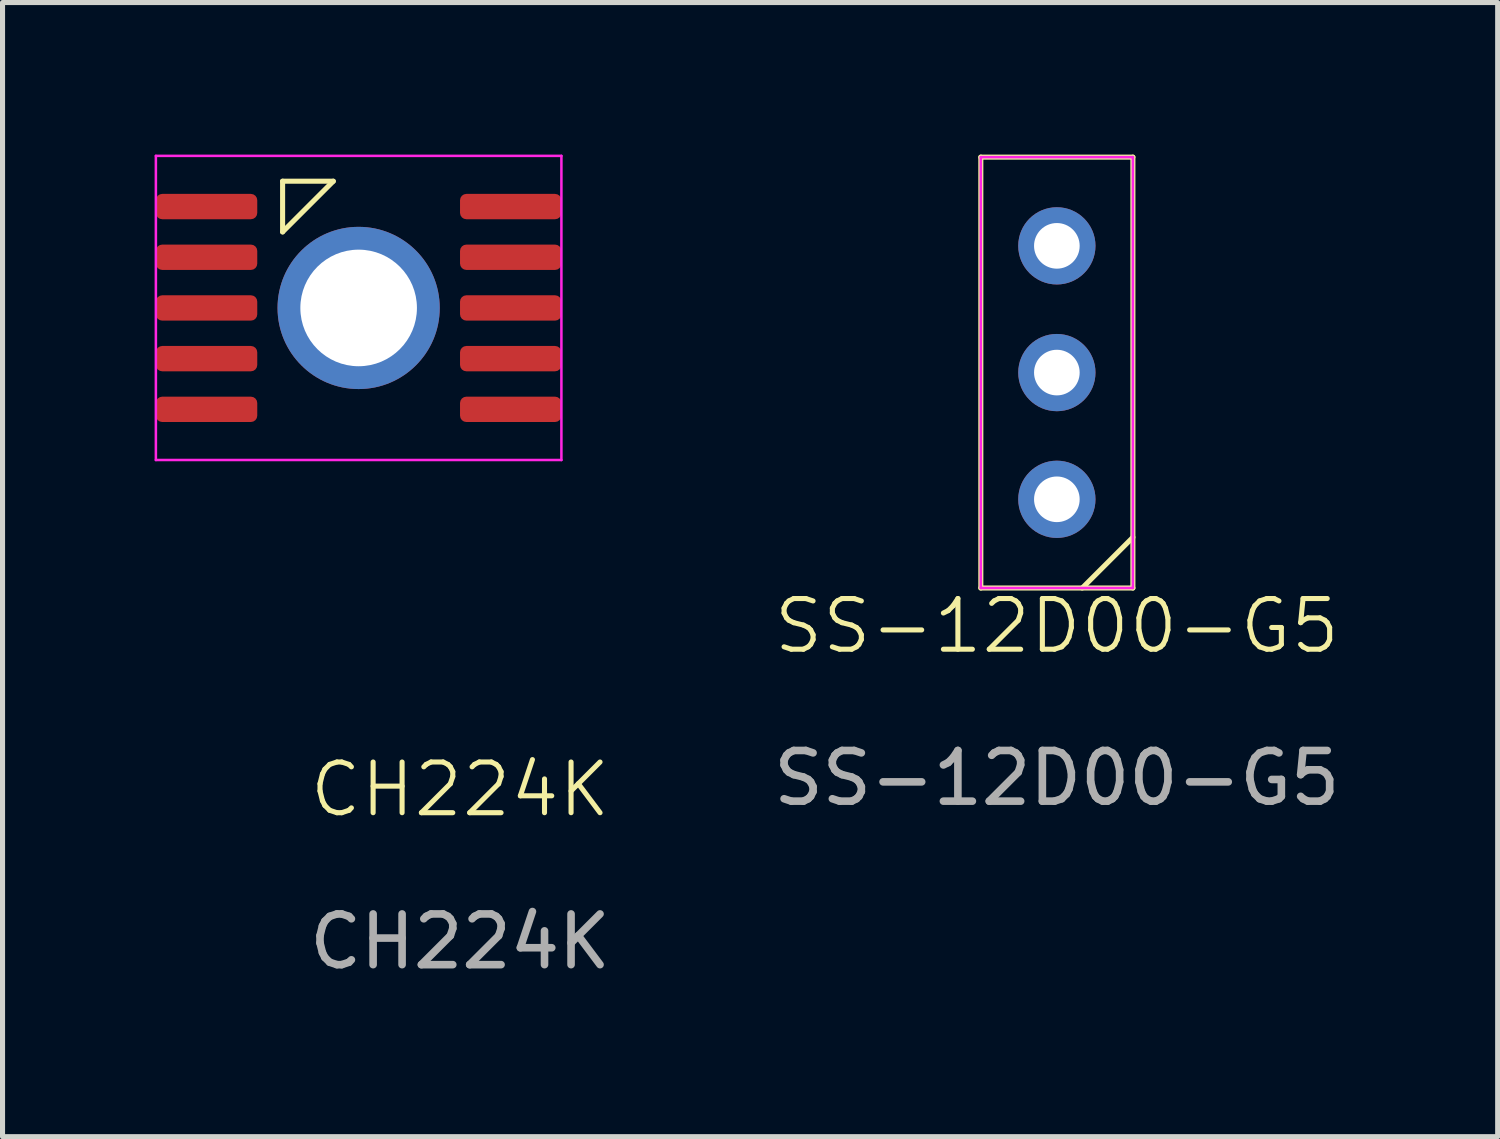
<source format=kicad_pcb>
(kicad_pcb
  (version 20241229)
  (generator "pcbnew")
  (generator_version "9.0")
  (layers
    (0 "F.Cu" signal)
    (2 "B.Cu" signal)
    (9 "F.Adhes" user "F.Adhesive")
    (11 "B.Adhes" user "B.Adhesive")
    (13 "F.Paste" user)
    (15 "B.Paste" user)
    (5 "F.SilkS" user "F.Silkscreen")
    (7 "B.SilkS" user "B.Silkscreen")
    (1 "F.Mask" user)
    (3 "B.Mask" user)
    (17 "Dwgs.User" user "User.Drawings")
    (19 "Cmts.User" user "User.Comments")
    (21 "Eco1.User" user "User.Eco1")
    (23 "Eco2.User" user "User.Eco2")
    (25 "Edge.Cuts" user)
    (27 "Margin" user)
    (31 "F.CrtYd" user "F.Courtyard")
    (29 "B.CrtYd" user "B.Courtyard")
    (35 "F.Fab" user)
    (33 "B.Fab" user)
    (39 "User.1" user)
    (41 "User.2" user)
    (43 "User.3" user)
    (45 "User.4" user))
  (footprint "CH224K"
    (layer "F.Cu")
    (at 6.025 13.025)
    (property "Reference" "CH224K" (at 0 -0.5 0) (unlocked yes) (layer "F.SilkS") (effects (font (size 1 1) (thickness 0.1))))
    (attr smd)
    (fp_line (start -3.5 -12.5) (end -3.5 -11.5) (stroke (width 0.1) (type default)) (layer "F.SilkS"))
    (fp_line (start -3.5 -11.5) (end -2.5 -12.5) (stroke (width 0.1) (type default)) (layer "F.SilkS"))
    (fp_line (start -2.5 -12.5) (end -3.5 -12.5) (stroke (width 0.1) (type default)) (layer "F.SilkS"))
    (fp_line (start -6 -13) (end 2 -13) (stroke (width 0.05) (type default)) (layer "F.CrtYd"))
    (fp_line (start -6 -7) (end -6 -13) (stroke (width 0.05) (type default)) (layer "F.CrtYd"))
    (fp_line (start 2 -13) (end 2 -7) (stroke (width 0.05) (type default)) (layer "F.CrtYd"))
    (fp_line (start 2 -7) (end -6 -7) (stroke (width 0.05) (type default)) (layer "F.CrtYd"))
    (fp_text user "${REFERENCE}" (at 0 2.5 0) (unlocked yes) (layer "F.Fab") (effects (font (size 1 1) (thickness 0.15))))
    (pad "0" thru_hole circle (at -2 -10) (size 3.2 3.2) (drill 2.3) (layers "*.Cu" "*.Mask"))
    (pad "1" smd roundrect (at -5 -12) (size 2 0.5) (layers "F.Cu" "F.Mask" "F.Paste") (roundrect_rratio 0.25))
    (pad "2" smd roundrect (at -5 -11) (size 2 0.5) (layers "F.Cu" "F.Mask" "F.Paste") (roundrect_rratio 0.25))
    (pad "3" smd roundrect (at -5 -10) (size 2 0.5) (layers "F.Cu" "F.Mask" "F.Paste") (roundrect_rratio 0.25))
    (pad "4" smd roundrect (at -5 -9) (size 2 0.5) (layers "F.Cu" "F.Mask" "F.Paste") (roundrect_rratio 0.25))
    (pad "5" smd roundrect (at -5 -8) (size 2 0.5) (layers "F.Cu" "F.Mask" "F.Paste") (roundrect_rratio 0.25))
    (pad "6" smd roundrect (at 1 -8) (size 2 0.5) (layers "F.Cu" "F.Mask" "F.Paste") (roundrect_rratio 0.25))
    (pad "7" smd roundrect (at 1 -9) (size 2 0.5) (layers "F.Cu" "F.Mask" "F.Paste") (roundrect_rratio 0.25))
    (pad "8" smd roundrect (at 1 -10) (size 2 0.5) (layers "F.Cu" "F.Mask" "F.Paste") (roundrect_rratio 0.25))
    (pad "9" smd roundrect (at 1 -11) (size 2 0.5) (layers "F.Cu" "F.Mask" "F.Paste") (roundrect_rratio 0.25))
    (pad "10" smd roundrect (at 1 -12) (size 2 0.5) (layers "F.Cu" "F.Mask" "F.Paste") (roundrect_rratio 0.25)))
  (footprint "SS-12D00-G5"
    (layer "F.Cu")
    (at 17.799 9.8)
    (property "Reference" "SS-12D00-G5" (at 0 -0.5 0) (unlocked yes) (layer "F.SilkS") (effects (font (size 1 1) (thickness 0.1))))
    (attr through_hole)
    (fp_line (start -1.5 -9.75) (end 1.5 -9.75) (stroke (width 0.1) (type default)) (layer "F.SilkS"))
    (fp_line (start -1.5 -1.25) (end -1.5 -9.75) (stroke (width 0.1) (type default)) (layer "F.SilkS"))
    (fp_line (start 0.5 -1.25) (end 1.5 -2.25) (stroke (width 0.1) (type default)) (layer "F.SilkS"))
    (fp_line (start 1.5 -9.75) (end 1.5 -1.25) (stroke (width 0.1) (type default)) (layer "F.SilkS"))
    (fp_line (start 1.5 -1.25) (end -1.5 -1.25) (stroke (width 0.1) (type default)) (layer "F.SilkS"))
    (fp_line (start -1.5 -9.75) (end 1.5 -9.75) (stroke (width 0.05) (type default)) (layer "F.CrtYd"))
    (fp_line (start -1.5 -1.25) (end -1.5 -9.75) (stroke (width 0.05) (type default)) (layer "F.CrtYd"))
    (fp_line (start 1.5 -9.75) (end 1.5 -1.25) (stroke (width 0.05) (type default)) (layer "F.CrtYd"))
    (fp_line (start 1.5 -1.25) (end -1.5 -1.25) (stroke (width 0.05) (type default)) (layer "F.CrtYd"))
    (fp_text user "${REFERENCE}" (at 0 2.5 0) (unlocked yes) (layer "F.Fab") (effects (font (size 1 1) (thickness 0.15))))
    (pad "1" thru_hole circle (at 0 -3) (size 1.524 1.524) (drill 0.9) (layers "*.Cu" "*.Mask"))
    (pad "2" thru_hole circle (at 0 -5.5) (size 1.524 1.524) (drill 0.9) (layers "*.Cu" "*.Mask"))
    (pad "3" thru_hole circle (at 0 -8) (size 1.524 1.524) (drill 0.9) (layers "*.Cu" "*.Mask")))
  (gr_rect
    (start -3 -3)
    (end 26.495 19.373)
    (stroke (width 0.1) (type default))
    (fill no)
    (layer "Edge.Cuts")))
</source>
